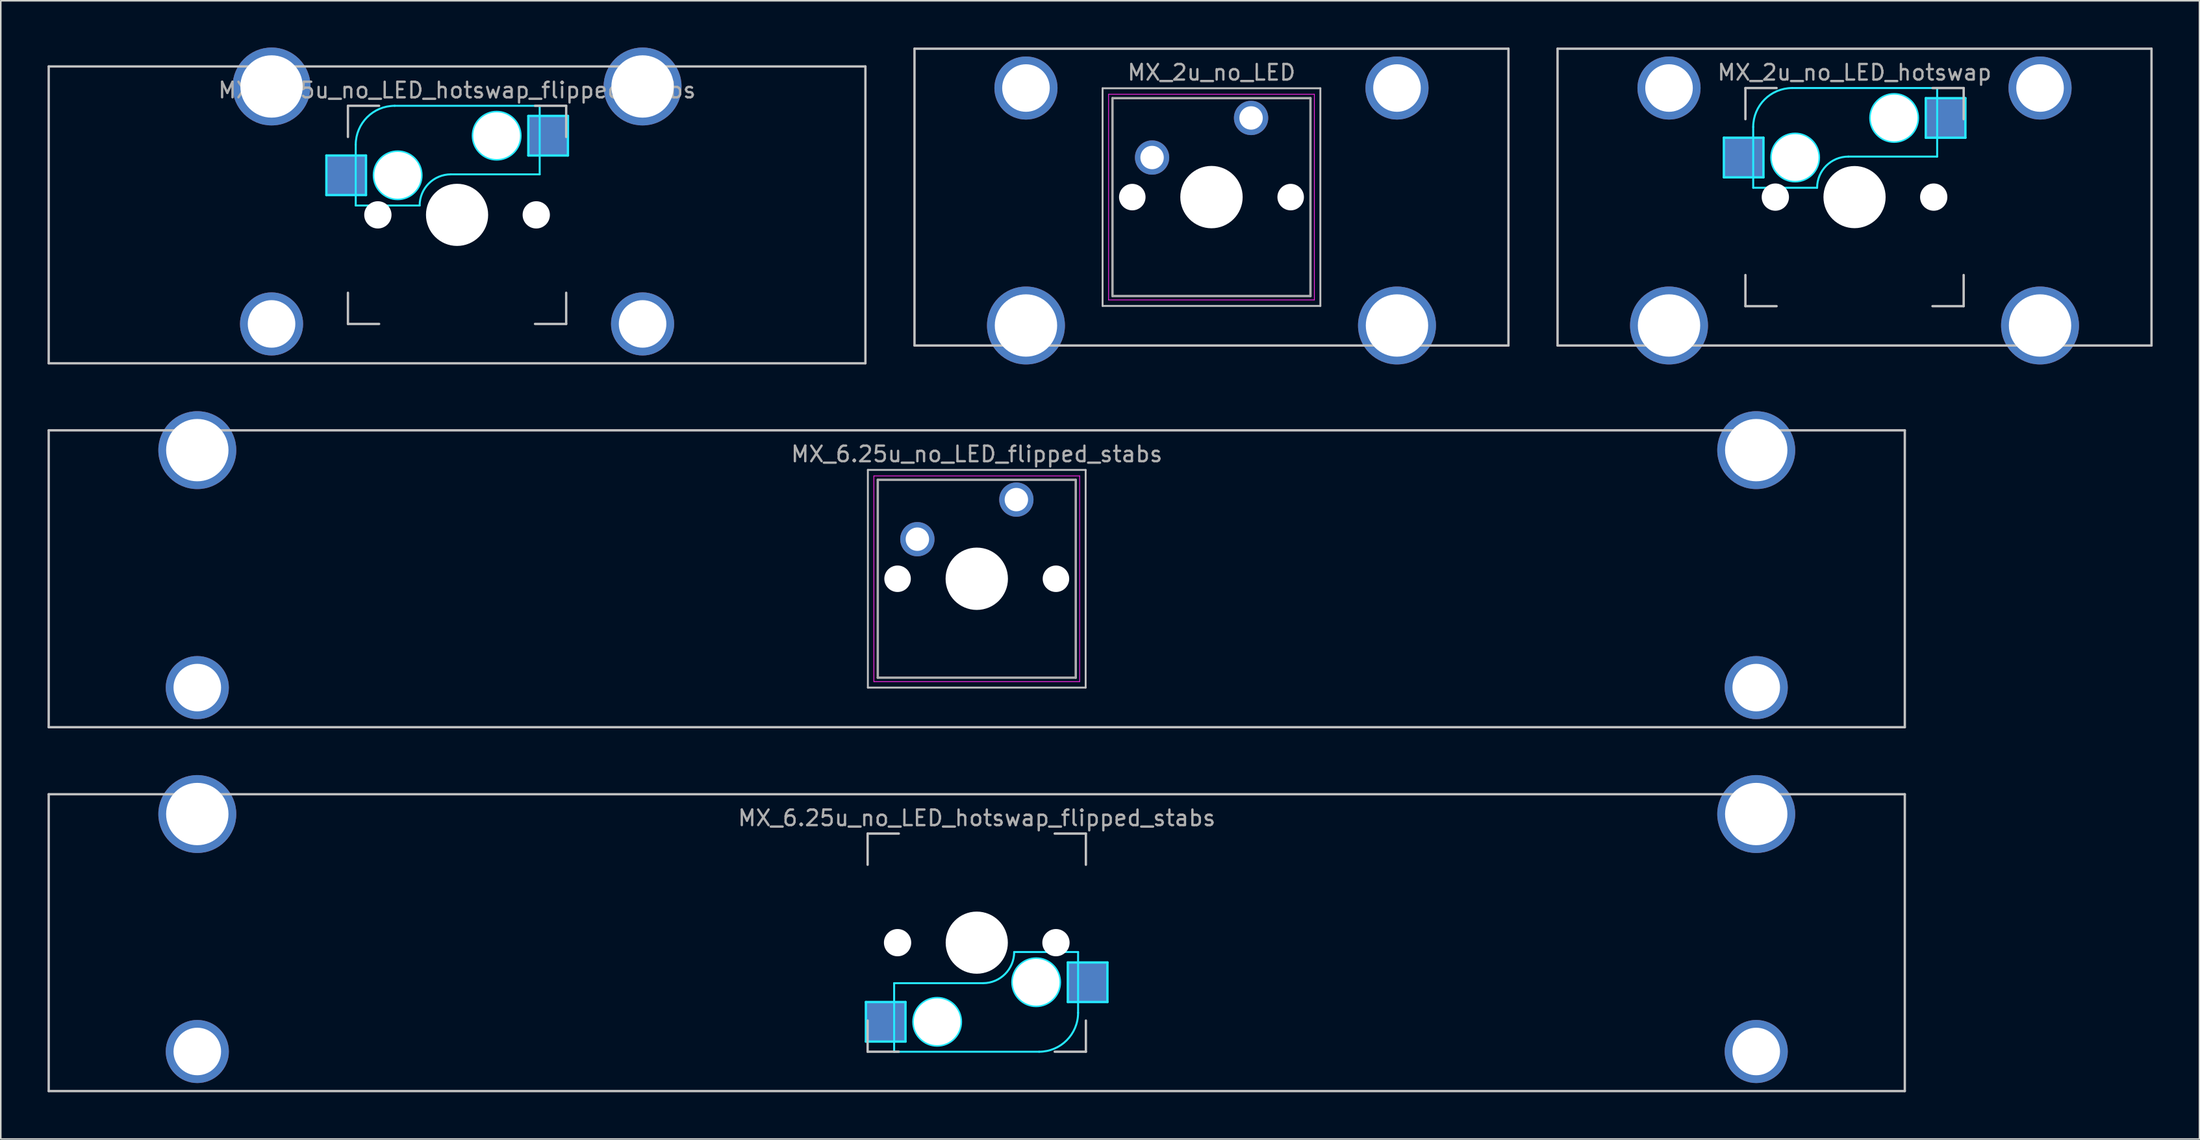
<source format=kicad_pcb>
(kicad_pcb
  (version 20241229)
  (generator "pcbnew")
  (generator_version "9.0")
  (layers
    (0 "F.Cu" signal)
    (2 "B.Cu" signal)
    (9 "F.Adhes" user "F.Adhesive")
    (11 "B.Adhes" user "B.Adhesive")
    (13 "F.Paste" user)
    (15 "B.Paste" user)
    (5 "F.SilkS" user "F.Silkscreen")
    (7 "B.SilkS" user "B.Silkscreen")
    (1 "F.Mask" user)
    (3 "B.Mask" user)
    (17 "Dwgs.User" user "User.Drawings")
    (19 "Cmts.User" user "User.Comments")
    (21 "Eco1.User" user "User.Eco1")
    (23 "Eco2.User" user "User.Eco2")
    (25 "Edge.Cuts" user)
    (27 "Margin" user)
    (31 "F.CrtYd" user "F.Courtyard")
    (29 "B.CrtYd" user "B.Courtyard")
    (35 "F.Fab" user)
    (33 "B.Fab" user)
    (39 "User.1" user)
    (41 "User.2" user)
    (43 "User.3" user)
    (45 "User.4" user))
  (footprint "MX_6.25u_no_LED_hotswap_flipped_stabs"
    (layer "F.Cu")
    (at 59.606 57.45)
    (property "Reference" "MX_6.25u_no_LED_hotswap_flipped_stabs" (at 0 -8 0) (layer "F.Fab") (effects (font (size 1 1) (thickness 0.15))))
    (attr through_hole)
    (fp_line (start -59.531 -9.525) (end -59.531 9.525) (stroke (width 0.15) (type solid)) (layer "Dwgs.User"))
    (fp_line (start -59.531 -9.525) (end 59.531 -9.525) (stroke (width 0.15) (type solid)) (layer "Dwgs.User"))
    (fp_line (start -59.531 9.525) (end 59.531 9.525) (stroke (width 0.15) (type solid)) (layer "Dwgs.User"))
    (fp_line (start -7 -7) (end -7 -5) (stroke (width 0.15) (type solid)) (layer "Dwgs.User"))
    (fp_line (start -7 7) (end -7 5) (stroke (width 0.15) (type solid)) (layer "Dwgs.User"))
    (fp_line (start -5 -7) (end -7 -7) (stroke (width 0.15) (type solid)) (layer "Dwgs.User"))
    (fp_line (start -5 7) (end -7 7) (stroke (width 0.15) (type solid)) (layer "Dwgs.User"))
    (fp_line (start 5 7) (end 7 7) (stroke (width 0.15) (type solid)) (layer "Dwgs.User"))
    (fp_line (start 7 -7) (end 5 -7) (stroke (width 0.15) (type solid)) (layer "Dwgs.User"))
    (fp_line (start 7 -5) (end 7 -7) (stroke (width 0.15) (type solid)) (layer "Dwgs.User"))
    (fp_line (start 7 7) (end 7 5) (stroke (width 0.15) (type solid)) (layer "Dwgs.User"))
    (fp_line (start 59.531 -9.525) (end 59.531 9.525) (stroke (width 0.15) (type solid)) (layer "Dwgs.User"))
    (fp_line (start -7.112 3.81) (end -4.572 3.81) (stroke (width 0.15) (type solid)) (layer "B.CrtYd"))
    (fp_line (start -7.112 6.35) (end -7.112 3.81) (stroke (width 0.15) (type solid)) (layer "B.CrtYd"))
    (fp_line (start -5.3 7) (end -5.3 2.6) (stroke (width 0.127) (type solid)) (layer "B.CrtYd"))
    (fp_line (start -5.3 7) (end 4 7) (stroke (width 0.127) (type solid)) (layer "B.CrtYd"))
    (fp_line (start -4.572 3.81) (end -4.572 6.35) (stroke (width 0.15) (type solid)) (layer "B.CrtYd"))
    (fp_line (start -4.572 6.35) (end -7.112 6.35) (stroke (width 0.15) (type solid)) (layer "B.CrtYd"))
    (fp_line (start 0.4 2.6) (end -5.3 2.6) (stroke (width 0.127) (type solid)) (layer "B.CrtYd"))
    (fp_line (start 5.842 1.27) (end 5.842 3.81) (stroke (width 0.15) (type solid)) (layer "B.CrtYd"))
    (fp_line (start 5.842 3.81) (end 8.382 3.81) (stroke (width 0.15) (type solid)) (layer "B.CrtYd"))
    (fp_line (start 6.5 0.6) (end 2.4 0.6) (stroke (width 0.127) (type solid)) (layer "B.CrtYd"))
    (fp_line (start 6.5 4.5) (end 6.5 0.6) (stroke (width 0.127) (type solid)) (layer "B.CrtYd"))
    (fp_line (start 8.382 1.27) (end 5.842 1.27) (stroke (width 0.15) (type solid)) (layer "B.CrtYd"))
    (fp_line (start 8.382 3.81) (end 8.382 1.27) (stroke (width 0.15) (type solid)) (layer "B.CrtYd"))
    (fp_arc (start 2.4 0.6) (mid 1.814214 2.014214) (end 0.4 2.6) (stroke (width 0.127) (type solid)) (layer "B.CrtYd"))
    (fp_arc (start 6.5 4.5) (mid 5.767767 6.267767) (end 4 7) (stroke (width 0.127) (type solid)) (layer "B.CrtYd"))
    (fp_circle (center -2.54 5.08) (end -2.54 6.604) (stroke (width 0.15) (type solid)) (fill no) (layer "B.CrtYd"))
    (fp_circle (center 3.81 2.54) (end 3.81 4.064) (stroke (width 0.15) (type solid)) (fill no) (layer "B.CrtYd"))
    (pad "" np_thru_hole circle (at -50 -8.255) (size 5 5) (drill 4) (layers "*.Cu" "B.Mask"))
    (pad "" np_thru_hole circle (at -50 6.985) (size 4.05 4.05) (drill 3.05) (layers "*.Cu" "B.Mask"))
    (pad "" np_thru_hole circle (at -5.08 0 228.1) (size 1.75 1.75) (drill 1.75) (layers "*.Cu" "*.Mask"))
    (pad "" np_thru_hole circle (at -2.54 5.08 180) (size 3 3) (drill 3) (layers "*.Cu" "*.Mask"))
    (pad "" np_thru_hole circle (at 0 0 180) (size 3.988 3.988) (drill 3.988) (layers "*.Cu" "*.Mask"))
    (pad "" np_thru_hole circle (at 3.81 2.54 180) (size 3 3) (drill 3) (layers "*.Cu" "*.Mask"))
    (pad "" np_thru_hole circle (at 5.08 0 228.1) (size 1.75 1.75) (drill 1.75) (layers "*.Cu" "*.Mask"))
    (pad "" np_thru_hole circle (at 50 -8.255) (size 5 5) (drill 4) (layers "*.Cu" "B.Mask"))
    (pad "" np_thru_hole circle (at 50 6.985) (size 4.05 4.05) (drill 3.05) (layers "*.Cu" "B.Mask"))
    (pad "1" smd rect (at 7.085 2.54 180) (size 2.55 2.5) (layers "B.Cu" "B.Mask"))
    (pad "2" smd rect (at -5.842 5.08 180) (size 2.55 2.5) (layers "B.Cu" "B.Mask")))
  (footprint "MX_6.25u_no_LED_flipped_stabs"
    (layer "F.Cu")
    (at 59.606 34.095)
    (property "Reference" "MX_6.25u_no_LED_flipped_stabs" (at 0 -8 0) (layer "F.Fab") (effects (font (size 1 1) (thickness 0.15))))
    (attr through_hole)
    (fp_line (start -59.531 -9.525) (end 59.531 -9.525) (stroke (width 0.15) (type solid)) (layer "Dwgs.User"))
    (fp_line (start -59.531 9.525) (end -59.531 -9.525) (stroke (width 0.15) (type solid)) (layer "Dwgs.User"))
    (fp_line (start -59.531 9.525) (end 59.531 9.525) (stroke (width 0.15) (type solid)) (layer "Dwgs.User"))
    (fp_line (start -6.985 -6.985) (end 6.985 -6.985) (stroke (width 0.12) (type solid)) (layer "Dwgs.User"))
    (fp_line (start -6.985 6.985) (end -6.985 -6.985) (stroke (width 0.12) (type solid)) (layer "Dwgs.User"))
    (fp_line (start 6.985 -6.985) (end 6.985 6.985) (stroke (width 0.12) (type solid)) (layer "Dwgs.User"))
    (fp_line (start 6.985 6.985) (end -6.985 6.985) (stroke (width 0.12) (type solid)) (layer "Dwgs.User"))
    (fp_line (start 59.531 -9.525) (end 59.531 9.525) (stroke (width 0.15) (type solid)) (layer "Dwgs.User"))
    (fp_line (start -6.6 -6.6) (end 6.6 -6.6) (stroke (width 0.05) (type solid)) (layer "F.CrtYd"))
    (fp_line (start -6.6 6.6) (end -6.6 -6.6) (stroke (width 0.05) (type solid)) (layer "F.CrtYd"))
    (fp_line (start 6.6 -6.6) (end 6.6 6.6) (stroke (width 0.05) (type solid)) (layer "F.CrtYd"))
    (fp_line (start 6.6 6.6) (end -6.6 6.6) (stroke (width 0.05) (type solid)) (layer "F.CrtYd"))
    (fp_line (start -6.35 -6.35) (end 6.35 -6.35) (stroke (width 0.15) (type solid)) (layer "F.Fab"))
    (fp_line (start -6.35 6.35) (end -6.35 -6.35) (stroke (width 0.15) (type solid)) (layer "F.Fab"))
    (fp_line (start 6.35 -6.35) (end 6.35 6.35) (stroke (width 0.15) (type solid)) (layer "F.Fab"))
    (fp_line (start 6.35 6.35) (end -6.35 6.35) (stroke (width 0.15) (type solid)) (layer "F.Fab"))
    (fp_text user "6.25u" (at 0 4.763 0) (layer "F.Mask") (effects (font (size 1 1) (thickness 0.15))))
    (pad "" np_thru_hole circle (at -50 -8.255) (size 5 5) (drill 4) (layers "*.Cu" "B.Mask"))
    (pad "" np_thru_hole circle (at -50 6.985) (size 4.05 4.05) (drill 3.05) (layers "*.Cu" "B.Mask"))
    (pad "" np_thru_hole circle (at -5.08 0) (size 1.7 1.7) (drill 1.7) (layers "*.Cu" "*.Mask"))
    (pad "" np_thru_hole circle (at 0 0) (size 4 4) (drill 4) (layers "*.Cu" "*.Mask"))
    (pad "" np_thru_hole circle (at 5.08 0) (size 1.7 1.7) (drill 1.7) (layers "*.Cu" "*.Mask"))
    (pad "" np_thru_hole circle (at 50 -8.255) (size 5 5) (drill 4) (layers "*.Cu" "B.Mask"))
    (pad "" np_thru_hole circle (at 50 6.985) (size 4.05 4.05) (drill 3.05) (layers "*.Cu" "B.Mask"))
    (pad "1" thru_hole circle (at 2.54 -5.08) (size 2.2 2.2) (drill 1.5) (layers "*.Cu" "*.Mask"))
    (pad "2" thru_hole circle (at -3.81 -2.54) (size 2.2 2.2) (drill 1.5) (layers "*.Cu" "*.Mask")))
  (footprint "MX_2.75u_no_LED_hotswap_flipped_stabs"
    (layer "F.Cu")
    (at 26.269 10.74)
    (property "Reference" "MX_2.75u_no_LED_hotswap_flipped_stabs" (at 0 -8 0) (layer "F.Fab") (effects (font (size 1 1) (thickness 0.15))))
    (attr through_hole)
    (fp_line (start -26.194 -9.525) (end 26.194 -9.525) (stroke (width 0.15) (type solid)) (layer "Dwgs.User"))
    (fp_line (start -26.194 9.525) (end -26.194 -9.525) (stroke (width 0.15) (type solid)) (layer "Dwgs.User"))
    (fp_line (start -7 -7) (end -7 -5) (stroke (width 0.15) (type solid)) (layer "Dwgs.User"))
    (fp_line (start -7 5) (end -7 7) (stroke (width 0.15) (type solid)) (layer "Dwgs.User"))
    (fp_line (start -7 7) (end -5 7) (stroke (width 0.15) (type solid)) (layer "Dwgs.User"))
    (fp_line (start -5 -7) (end -7 -7) (stroke (width 0.15) (type solid)) (layer "Dwgs.User"))
    (fp_line (start 5 -7) (end 7 -7) (stroke (width 0.15) (type solid)) (layer "Dwgs.User"))
    (fp_line (start 5 7) (end 7 7) (stroke (width 0.15) (type solid)) (layer "Dwgs.User"))
    (fp_line (start 7 -7) (end 7 -5) (stroke (width 0.15) (type solid)) (layer "Dwgs.User"))
    (fp_line (start 7 7) (end 7 5) (stroke (width 0.15) (type solid)) (layer "Dwgs.User"))
    (fp_line (start 26.194 -9.525) (end 26.194 9.525) (stroke (width 0.15) (type solid)) (layer "Dwgs.User"))
    (fp_line (start 26.194 9.525) (end -26.194 9.525) (stroke (width 0.15) (type solid)) (layer "Dwgs.User"))
    (fp_line (start -8.382 -3.81) (end -8.382 -1.27) (stroke (width 0.15) (type solid)) (layer "B.CrtYd"))
    (fp_line (start -8.382 -1.27) (end -5.842 -1.27) (stroke (width 0.15) (type solid)) (layer "B.CrtYd"))
    (fp_line (start -6.5 -4.5) (end -6.5 -0.6) (stroke (width 0.127) (type solid)) (layer "B.CrtYd"))
    (fp_line (start -6.5 -0.6) (end -2.4 -0.6) (stroke (width 0.127) (type solid)) (layer "B.CrtYd"))
    (fp_line (start -5.842 -3.81) (end -8.382 -3.81) (stroke (width 0.15) (type solid)) (layer "B.CrtYd"))
    (fp_line (start -5.842 -1.27) (end -5.842 -3.81) (stroke (width 0.15) (type solid)) (layer "B.CrtYd"))
    (fp_line (start -0.4 -2.6) (end 5.3 -2.6) (stroke (width 0.127) (type solid)) (layer "B.CrtYd"))
    (fp_line (start 4.572 -6.35) (end 7.112 -6.35) (stroke (width 0.15) (type solid)) (layer "B.CrtYd"))
    (fp_line (start 4.572 -3.81) (end 4.572 -6.35) (stroke (width 0.15) (type solid)) (layer "B.CrtYd"))
    (fp_line (start 5.3 -7) (end -4 -7) (stroke (width 0.127) (type solid)) (layer "B.CrtYd"))
    (fp_line (start 5.3 -7) (end 5.3 -2.6) (stroke (width 0.127) (type solid)) (layer "B.CrtYd"))
    (fp_line (start 7.112 -6.35) (end 7.112 -3.81) (stroke (width 0.15) (type solid)) (layer "B.CrtYd"))
    (fp_line (start 7.112 -3.81) (end 4.572 -3.81) (stroke (width 0.15) (type solid)) (layer "B.CrtYd"))
    (fp_arc (start -6.5 -4.5) (mid -5.767767 -6.267767) (end -4 -7) (stroke (width 0.127) (type solid)) (layer "B.CrtYd"))
    (fp_arc (start -2.4 -0.6) (mid -1.814214 -2.014214) (end -0.4 -2.6) (stroke (width 0.127) (type solid)) (layer "B.CrtYd"))
    (fp_circle (center -3.81 -2.54) (end -3.81 -4.064) (stroke (width 0.15) (type solid)) (fill no) (layer "B.CrtYd"))
    (fp_circle (center 2.54 -5.08) (end 2.54 -6.604) (stroke (width 0.15) (type solid)) (fill no) (layer "B.CrtYd"))
    (fp_text user "2.75u" (at 0 4.763 0) (layer "F.Mask") (effects (font (size 1 1) (thickness 0.15))))
    (pad "" np_thru_hole circle (at -11.9 -8.24 180) (size 5 5) (drill 4) (layers "*.Cu" "B.Mask"))
    (pad "" np_thru_hole circle (at -11.9 7 180) (size 4.05 4.05) (drill 3.05) (layers "*.Cu" "B.Mask"))
    (pad "" np_thru_hole circle (at -5.08 0 48.1) (size 1.75 1.75) (drill 1.75) (layers "*.Cu" "*.Mask"))
    (pad "" np_thru_hole circle (at -3.81 -2.54) (size 3 3) (drill 3) (layers "*.Cu" "*.Mask"))
    (pad "" np_thru_hole circle (at 0 0) (size 3.988 3.988) (drill 3.988) (layers "*.Cu" "*.Mask"))
    (pad "" np_thru_hole circle (at 2.54 -5.08) (size 3 3) (drill 3) (layers "*.Cu" "*.Mask"))
    (pad "" np_thru_hole circle (at 5.08 0 48.1) (size 1.75 1.75) (drill 1.75) (layers "*.Cu" "*.Mask"))
    (pad "" np_thru_hole circle (at 11.9 -8.24 180) (size 5 5) (drill 4) (layers "*.Cu" "B.Mask"))
    (pad "" np_thru_hole circle (at 11.9 7 180) (size 4.05 4.05) (drill 3.05) (layers "*.Cu" "B.Mask"))
    (pad "1" smd rect (at 5.842 -5.08) (size 2.55 2.5) (layers "B.Cu" "B.Mask"))
    (pad "2" smd rect (at -7.085 -2.54) (size 2.55 2.5) (layers "B.Cu" "B.Mask")))
  (footprint "MX_2u_no_LED"
    (layer "F.Cu")
    (at 74.662 9.6)
    (property "Reference" "MX_2u_no_LED" (at 0 -8 0) (layer "F.Fab") (effects (font (size 1 1) (thickness 0.15))))
    (attr through_hole)
    (fp_line (start -19.05 -9.525) (end 19.05 -9.525) (stroke (width 0.15) (type solid)) (layer "Dwgs.User"))
    (fp_line (start -19.05 9.525) (end -19.05 -9.525) (stroke (width 0.15) (type solid)) (layer "Dwgs.User"))
    (fp_line (start -6.985 -6.985) (end 6.985 -6.985) (stroke (width 0.12) (type solid)) (layer "Dwgs.User"))
    (fp_line (start -6.985 6.985) (end -6.985 -6.985) (stroke (width 0.12) (type solid)) (layer "Dwgs.User"))
    (fp_line (start 6.985 -6.985) (end 6.985 6.985) (stroke (width 0.12) (type solid)) (layer "Dwgs.User"))
    (fp_line (start 6.985 6.985) (end -6.985 6.985) (stroke (width 0.12) (type solid)) (layer "Dwgs.User"))
    (fp_line (start 19.05 -9.525) (end 19.05 9.525) (stroke (width 0.15) (type solid)) (layer "Dwgs.User"))
    (fp_line (start 19.05 9.525) (end -19.05 9.525) (stroke (width 0.15) (type solid)) (layer "Dwgs.User"))
    (fp_line (start -6.6 -6.6) (end 6.6 -6.6) (stroke (width 0.05) (type solid)) (layer "F.CrtYd"))
    (fp_line (start -6.6 6.6) (end -6.6 -6.6) (stroke (width 0.05) (type solid)) (layer "F.CrtYd"))
    (fp_line (start 6.6 -6.6) (end 6.6 6.6) (stroke (width 0.05) (type solid)) (layer "F.CrtYd"))
    (fp_line (start 6.6 6.6) (end -6.6 6.6) (stroke (width 0.05) (type solid)) (layer "F.CrtYd"))
    (fp_line (start -6.35 -6.35) (end 6.35 -6.35) (stroke (width 0.15) (type solid)) (layer "F.Fab"))
    (fp_line (start -6.35 6.35) (end -6.35 -6.35) (stroke (width 0.15) (type solid)) (layer "F.Fab"))
    (fp_line (start 6.35 -6.35) (end 6.35 6.35) (stroke (width 0.15) (type solid)) (layer "F.Fab"))
    (fp_line (start 6.35 6.35) (end -6.35 6.35) (stroke (width 0.15) (type solid)) (layer "F.Fab"))
    (pad "" np_thru_hole circle (at -11.9 -7) (size 4.05 4.05) (drill 3.05) (layers "*.Cu" "B.Mask"))
    (pad "" np_thru_hole circle (at -11.9 8.24) (size 5 5) (drill 4) (layers "*.Cu" "B.Mask"))
    (pad "" np_thru_hole circle (at -5.08 0) (size 1.7 1.7) (drill 1.7) (layers "*.Cu" "*.Mask"))
    (pad "" np_thru_hole circle (at 0 0) (size 4 4) (drill 4) (layers "*.Cu" "*.Mask"))
    (pad "" np_thru_hole circle (at 5.08 0) (size 1.7 1.7) (drill 1.7) (layers "*.Cu" "*.Mask"))
    (pad "" np_thru_hole circle (at 11.9 -7) (size 4.05 4.05) (drill 3.05) (layers "*.Cu" "B.Mask"))
    (pad "" np_thru_hole circle (at 11.9 8.24) (size 5 5) (drill 4) (layers "*.Cu" "B.Mask"))
    (pad "1" thru_hole circle (at 2.54 -5.08) (size 2.2 2.2) (drill 1.5) (layers "*.Cu" "*.Mask"))
    (pad "2" thru_hole circle (at -3.81 -2.54) (size 2.2 2.2) (drill 1.5) (layers "*.Cu" "*.Mask")))
  (footprint "MX_2u_no_LED_hotswap"
    (layer "F.Cu")
    (at 115.912 9.6)
    (property "Reference" "MX_2u_no_LED_hotswap" (at 0 -8 0) (layer "F.Fab") (effects (font (size 1 1) (thickness 0.15))))
    (attr through_hole)
    (fp_line (start -19.05 -9.525) (end 19.05 -9.525) (stroke (width 0.15) (type solid)) (layer "Dwgs.User"))
    (fp_line (start -19.05 9.525) (end -19.05 -9.525) (stroke (width 0.15) (type solid)) (layer "Dwgs.User"))
    (fp_line (start -7 -7) (end -7 -5) (stroke (width 0.15) (type solid)) (layer "Dwgs.User"))
    (fp_line (start -7 5) (end -7 7) (stroke (width 0.15) (type solid)) (layer "Dwgs.User"))
    (fp_line (start -7 7) (end -5 7) (stroke (width 0.15) (type solid)) (layer "Dwgs.User"))
    (fp_line (start -5 -7) (end -7 -7) (stroke (width 0.15) (type solid)) (layer "Dwgs.User"))
    (fp_line (start 5 -7) (end 7 -7) (stroke (width 0.15) (type solid)) (layer "Dwgs.User"))
    (fp_line (start 5 7) (end 7 7) (stroke (width 0.15) (type solid)) (layer "Dwgs.User"))
    (fp_line (start 7 -7) (end 7 -5) (stroke (width 0.15) (type solid)) (layer "Dwgs.User"))
    (fp_line (start 7 7) (end 7 5) (stroke (width 0.15) (type solid)) (layer "Dwgs.User"))
    (fp_line (start 19.05 -9.525) (end 19.05 9.525) (stroke (width 0.15) (type solid)) (layer "Dwgs.User"))
    (fp_line (start 19.05 9.525) (end -19.05 9.525) (stroke (width 0.15) (type solid)) (layer "Dwgs.User"))
    (fp_line (start -8.382 -3.81) (end -8.382 -1.27) (stroke (width 0.15) (type solid)) (layer "B.CrtYd"))
    (fp_line (start -8.382 -1.27) (end -5.842 -1.27) (stroke (width 0.15) (type solid)) (layer "B.CrtYd"))
    (fp_line (start -6.5 -4.5) (end -6.5 -0.6) (stroke (width 0.127) (type solid)) (layer "B.CrtYd"))
    (fp_line (start -6.5 -0.6) (end -2.4 -0.6) (stroke (width 0.127) (type solid)) (layer "B.CrtYd"))
    (fp_line (start -5.842 -3.81) (end -8.382 -3.81) (stroke (width 0.15) (type solid)) (layer "B.CrtYd"))
    (fp_line (start -5.842 -1.27) (end -5.842 -3.81) (stroke (width 0.15) (type solid)) (layer "B.CrtYd"))
    (fp_line (start -0.4 -2.6) (end 5.3 -2.6) (stroke (width 0.127) (type solid)) (layer "B.CrtYd"))
    (fp_line (start 4.572 -6.35) (end 7.112 -6.35) (stroke (width 0.15) (type solid)) (layer "B.CrtYd"))
    (fp_line (start 4.572 -3.81) (end 4.572 -6.35) (stroke (width 0.15) (type solid)) (layer "B.CrtYd"))
    (fp_line (start 5.3 -7) (end -4 -7) (stroke (width 0.127) (type solid)) (layer "B.CrtYd"))
    (fp_line (start 5.3 -7) (end 5.3 -2.6) (stroke (width 0.127) (type solid)) (layer "B.CrtYd"))
    (fp_line (start 7.112 -6.35) (end 7.112 -3.81) (stroke (width 0.15) (type solid)) (layer "B.CrtYd"))
    (fp_line (start 7.112 -3.81) (end 4.572 -3.81) (stroke (width 0.15) (type solid)) (layer "B.CrtYd"))
    (fp_arc (start -6.5 -4.5) (mid -5.767767 -6.267767) (end -4 -7) (stroke (width 0.127) (type solid)) (layer "B.CrtYd"))
    (fp_arc (start -2.4 -0.6) (mid -1.814214 -2.014214) (end -0.4 -2.6) (stroke (width 0.127) (type solid)) (layer "B.CrtYd"))
    (fp_circle (center -3.81 -2.54) (end -3.81 -4.064) (stroke (width 0.15) (type solid)) (fill no) (layer "B.CrtYd"))
    (fp_circle (center 2.54 -5.08) (end 2.54 -6.604) (stroke (width 0.15) (type solid)) (fill no) (layer "B.CrtYd"))
    (pad "" np_thru_hole circle (at -11.9 -7) (size 4.05 4.05) (drill 3.05) (layers "*.Cu" "B.Mask"))
    (pad "" np_thru_hole circle (at -11.9 8.24) (size 5 5) (drill 4) (layers "*.Cu" "B.Mask"))
    (pad "" np_thru_hole circle (at -5.08 0 48.1) (size 1.75 1.75) (drill 1.75) (layers "*.Cu" "*.Mask"))
    (pad "" np_thru_hole circle (at -3.81 -2.54) (size 3 3) (drill 3) (layers "*.Cu" "*.Mask"))
    (pad "" np_thru_hole circle (at 0 0) (size 3.988 3.988) (drill 3.988) (layers "*.Cu" "*.Mask"))
    (pad "" np_thru_hole circle (at 2.54 -5.08) (size 3 3) (drill 3) (layers "*.Cu" "*.Mask"))
    (pad "" np_thru_hole circle (at 5.08 0 48.1) (size 1.75 1.75) (drill 1.75) (layers "*.Cu" "*.Mask"))
    (pad "" np_thru_hole circle (at 11.9 -7) (size 4.05 4.05) (drill 3.05) (layers "*.Cu" "B.Mask"))
    (pad "" np_thru_hole circle (at 11.9 8.24) (size 5 5) (drill 4) (layers "*.Cu" "B.Mask"))
    (pad "1" smd rect (at -7.085 -2.54) (size 2.55 2.5) (layers "B.Cu" "B.Mask"))
    (pad "2" smd rect (at 5.842 -5.08) (size 2.55 2.5) (layers "B.Cu" "B.Mask")))
  (gr_rect
    (start -3 -3)
    (end 138.037 70.05)
    (stroke (width 0.1) (type default))
    (fill no)
    (layer "Edge.Cuts")))
</source>
